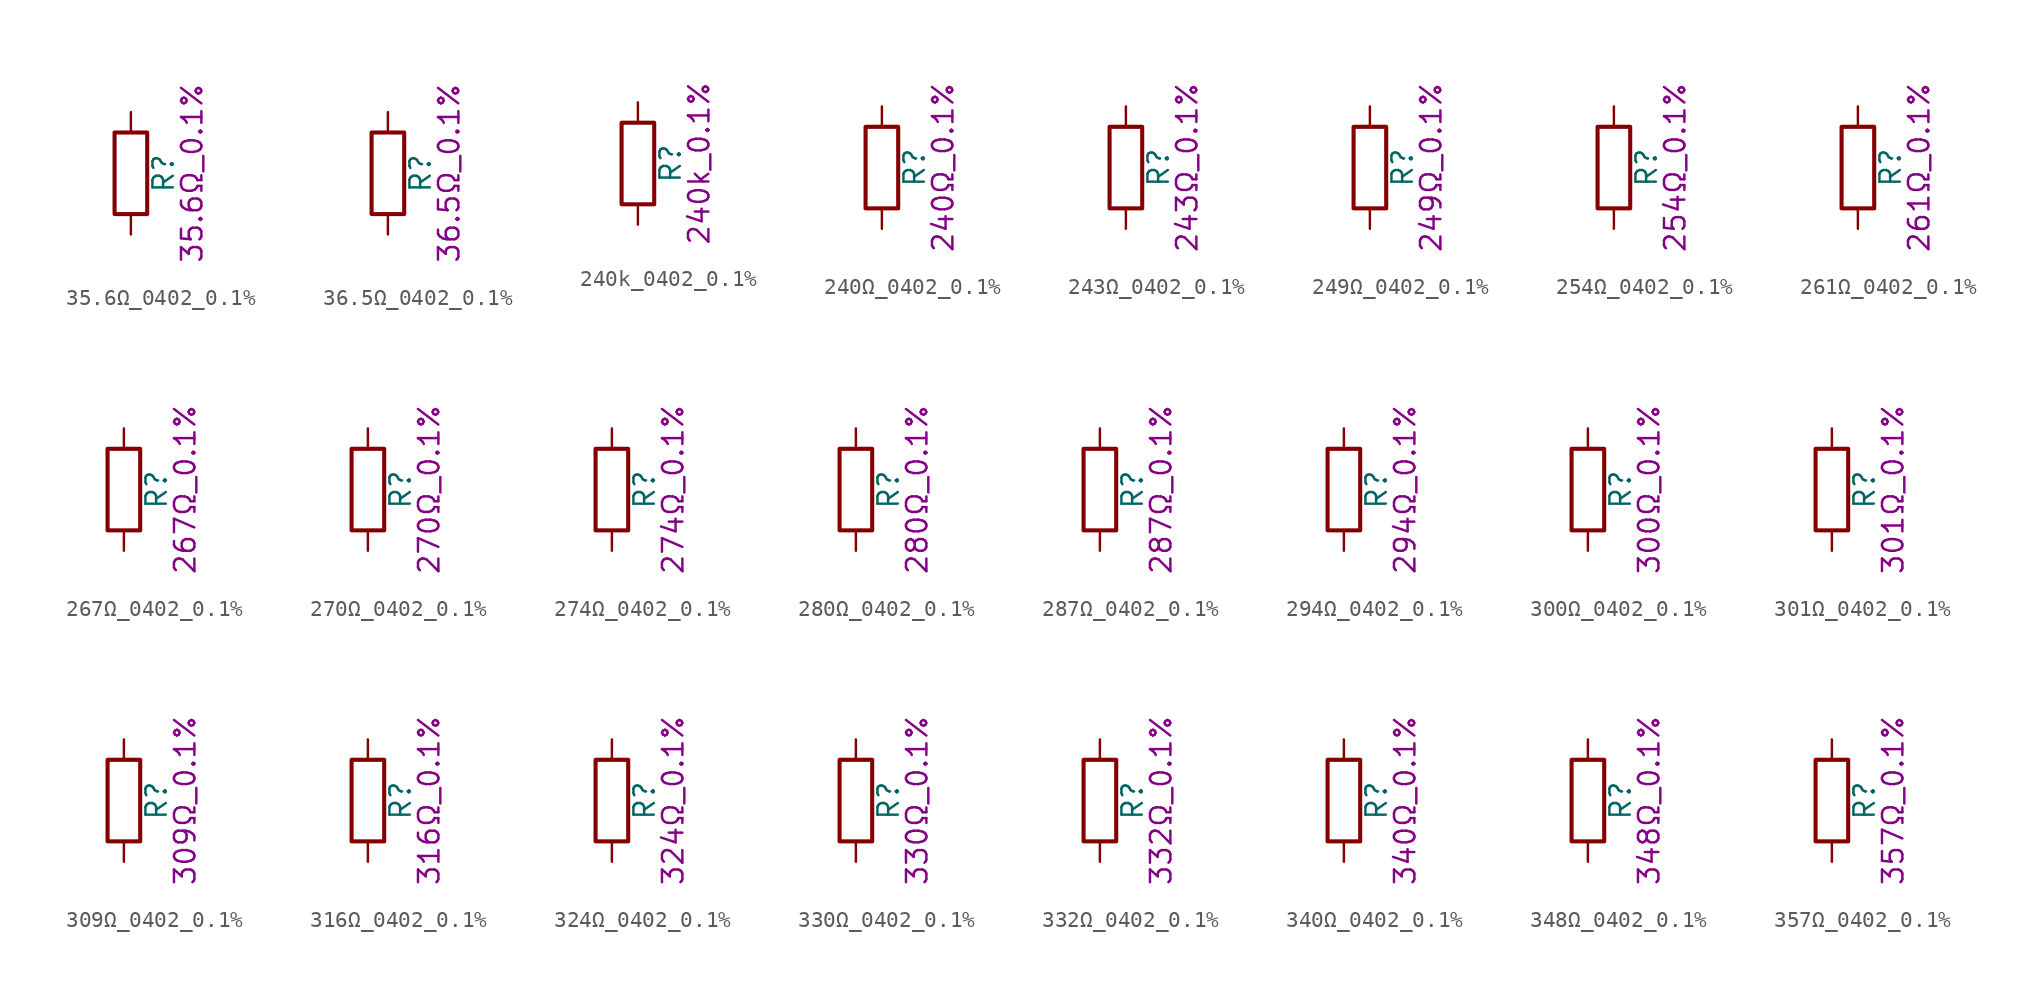
<source format=kicad_sym>
(kicad_symbol_lib
  (version 20211014)
  (generator kicad_symbol_editor)
  (symbol "35.6Ω_0402_0.1%"
    (pin_numbers hide)
    (pin_names
      (offset 0))
    (property "Reference" "R"
      (at 2.032 0 90)
      (effects (font (size 1.27 1.27))))
    (property "Display" "35.6Ω_0.1%"
      (at 3.81 0 90)
      (effects (font (size 1.27 1.27))))
    (symbol "35.6Ω_0402_0.1%_0_1"
      (rectangle (start -1.016 -2.54) (end 1.016 2.54) (stroke (width 0.254) (type default) (color 0 0 0 0)) (fill (type none))))
    (symbol "35.6Ω_0402_0.1%_1_1"
      (pin passive line (at 0 3.81 270) (length 1.27) (name "~" (effects (font (size 1.27 1.27)))) (number "1" (effects (font (size 1.27 1.27)))))
      (pin passive line (at 0 -3.81 90) (length 1.27) (name "~" (effects (font (size 1.27 1.27)))) (number "2" (effects (font (size 1.27 1.27)))))))
  (symbol "36.5Ω_0402_0.1%"
    (pin_numbers hide)
    (pin_names
      (offset 0))
    (property "Reference" "R"
      (at 2.032 0 90)
      (effects (font (size 1.27 1.27))))
    (property "Display" "36.5Ω_0.1%"
      (at 3.81 0 90)
      (effects (font (size 1.27 1.27))))
    (symbol "36.5Ω_0402_0.1%_0_1"
      (rectangle (start -1.016 -2.54) (end 1.016 2.54) (stroke (width 0.254) (type default) (color 0 0 0 0)) (fill (type none))))
    (symbol "36.5Ω_0402_0.1%_1_1"
      (pin passive line (at 0 3.81 270) (length 1.27) (name "~" (effects (font (size 1.27 1.27)))) (number "1" (effects (font (size 1.27 1.27)))))
      (pin passive line (at 0 -3.81 90) (length 1.27) (name "~" (effects (font (size 1.27 1.27)))) (number "2" (effects (font (size 1.27 1.27)))))))
  (symbol "240k_0402_0.1%"
    (pin_numbers hide)
    (pin_names
      (offset 0))
    (property "Reference" "R"
      (at 2.032 0 90)
      (effects (font (size 1.27 1.27))))
    (property "Display" "240k_0.1%"
      (at 3.81 0 90)
      (effects (font (size 1.27 1.27))))
    (symbol "240k_0402_0.1%_0_1"
      (rectangle (start -1.016 -2.54) (end 1.016 2.54) (stroke (width 0.254) (type default) (color 0 0 0 0)) (fill (type none))))
    (symbol "240k_0402_0.1%_1_1"
      (pin passive line (at 0 3.81 270) (length 1.27) (name "~" (effects (font (size 1.27 1.27)))) (number "1" (effects (font (size 1.27 1.27)))))
      (pin passive line (at 0 -3.81 90) (length 1.27) (name "~" (effects (font (size 1.27 1.27)))) (number "2" (effects (font (size 1.27 1.27)))))))
  (symbol "240Ω_0402_0.1%"
    (pin_numbers hide)
    (pin_names
      (offset 0))
    (property "Reference" "R"
      (at 2.032 0 90)
      (effects (font (size 1.27 1.27))))
    (property "Display" "240Ω_0.1%"
      (at 3.81 0 90)
      (effects (font (size 1.27 1.27))))
    (symbol "240Ω_0402_0.1%_0_1"
      (rectangle (start -1.016 -2.54) (end 1.016 2.54) (stroke (width 0.254) (type default) (color 0 0 0 0)) (fill (type none))))
    (symbol "240Ω_0402_0.1%_1_1"
      (pin passive line (at 0 3.81 270) (length 1.27) (name "~" (effects (font (size 1.27 1.27)))) (number "1" (effects (font (size 1.27 1.27)))))
      (pin passive line (at 0 -3.81 90) (length 1.27) (name "~" (effects (font (size 1.27 1.27)))) (number "2" (effects (font (size 1.27 1.27)))))))
  (symbol "243Ω_0402_0.1%"
    (pin_numbers hide)
    (pin_names
      (offset 0))
    (property "Reference" "R"
      (at 2.032 0 90)
      (effects (font (size 1.27 1.27))))
    (property "Display" "243Ω_0.1%"
      (at 3.81 0 90)
      (effects (font (size 1.27 1.27))))
    (symbol "243Ω_0402_0.1%_0_1"
      (rectangle (start -1.016 -2.54) (end 1.016 2.54) (stroke (width 0.254) (type default) (color 0 0 0 0)) (fill (type none))))
    (symbol "243Ω_0402_0.1%_1_1"
      (pin passive line (at 0 3.81 270) (length 1.27) (name "~" (effects (font (size 1.27 1.27)))) (number "1" (effects (font (size 1.27 1.27)))))
      (pin passive line (at 0 -3.81 90) (length 1.27) (name "~" (effects (font (size 1.27 1.27)))) (number "2" (effects (font (size 1.27 1.27)))))))
  (symbol "249Ω_0402_0.1%"
    (pin_numbers hide)
    (pin_names
      (offset 0))
    (property "Reference" "R"
      (at 2.032 0 90)
      (effects (font (size 1.27 1.27))))
    (property "Display" "249Ω_0.1%"
      (at 3.81 0 90)
      (effects (font (size 1.27 1.27))))
    (symbol "249Ω_0402_0.1%_0_1"
      (rectangle (start -1.016 -2.54) (end 1.016 2.54) (stroke (width 0.254) (type default) (color 0 0 0 0)) (fill (type none))))
    (symbol "249Ω_0402_0.1%_1_1"
      (pin passive line (at 0 3.81 270) (length 1.27) (name "~" (effects (font (size 1.27 1.27)))) (number "1" (effects (font (size 1.27 1.27)))))
      (pin passive line (at 0 -3.81 90) (length 1.27) (name "~" (effects (font (size 1.27 1.27)))) (number "2" (effects (font (size 1.27 1.27)))))))
  (symbol "254Ω_0402_0.1%"
    (pin_numbers hide)
    (pin_names
      (offset 0))
    (property "Reference" "R"
      (at 2.032 0 90)
      (effects (font (size 1.27 1.27))))
    (property "Display" "254Ω_0.1%"
      (at 3.81 0 90)
      (effects (font (size 1.27 1.27))))
    (symbol "254Ω_0402_0.1%_0_1"
      (rectangle (start -1.016 -2.54) (end 1.016 2.54) (stroke (width 0.254) (type default) (color 0 0 0 0)) (fill (type none))))
    (symbol "254Ω_0402_0.1%_1_1"
      (pin passive line (at 0 3.81 270) (length 1.27) (name "~" (effects (font (size 1.27 1.27)))) (number "1" (effects (font (size 1.27 1.27)))))
      (pin passive line (at 0 -3.81 90) (length 1.27) (name "~" (effects (font (size 1.27 1.27)))) (number "2" (effects (font (size 1.27 1.27)))))))
  (symbol "261Ω_0402_0.1%"
    (pin_numbers hide)
    (pin_names
      (offset 0))
    (property "Reference" "R"
      (at 2.032 0 90)
      (effects (font (size 1.27 1.27))))
    (property "Display" "261Ω_0.1%"
      (at 3.81 0 90)
      (effects (font (size 1.27 1.27))))
    (symbol "261Ω_0402_0.1%_0_1"
      (rectangle (start -1.016 -2.54) (end 1.016 2.54) (stroke (width 0.254) (type default) (color 0 0 0 0)) (fill (type none))))
    (symbol "261Ω_0402_0.1%_1_1"
      (pin passive line (at 0 3.81 270) (length 1.27) (name "~" (effects (font (size 1.27 1.27)))) (number "1" (effects (font (size 1.27 1.27)))))
      (pin passive line (at 0 -3.81 90) (length 1.27) (name "~" (effects (font (size 1.27 1.27)))) (number "2" (effects (font (size 1.27 1.27)))))))
  (symbol "267Ω_0402_0.1%"
    (pin_numbers hide)
    (pin_names
      (offset 0))
    (property "Reference" "R"
      (at 2.032 0 90)
      (effects (font (size 1.27 1.27))))
    (property "Display" "267Ω_0.1%"
      (at 3.81 0 90)
      (effects (font (size 1.27 1.27))))
    (symbol "267Ω_0402_0.1%_0_1"
      (rectangle (start -1.016 -2.54) (end 1.016 2.54) (stroke (width 0.254) (type default) (color 0 0 0 0)) (fill (type none))))
    (symbol "267Ω_0402_0.1%_1_1"
      (pin passive line (at 0 3.81 270) (length 1.27) (name "~" (effects (font (size 1.27 1.27)))) (number "1" (effects (font (size 1.27 1.27)))))
      (pin passive line (at 0 -3.81 90) (length 1.27) (name "~" (effects (font (size 1.27 1.27)))) (number "2" (effects (font (size 1.27 1.27)))))))
  (symbol "270Ω_0402_0.1%"
    (pin_numbers hide)
    (pin_names
      (offset 0))
    (property "Reference" "R"
      (at 2.032 0 90)
      (effects (font (size 1.27 1.27))))
    (property "Display" "270Ω_0.1%"
      (at 3.81 0 90)
      (effects (font (size 1.27 1.27))))
    (symbol "270Ω_0402_0.1%_0_1"
      (rectangle (start -1.016 -2.54) (end 1.016 2.54) (stroke (width 0.254) (type default) (color 0 0 0 0)) (fill (type none))))
    (symbol "270Ω_0402_0.1%_1_1"
      (pin passive line (at 0 3.81 270) (length 1.27) (name "~" (effects (font (size 1.27 1.27)))) (number "1" (effects (font (size 1.27 1.27)))))
      (pin passive line (at 0 -3.81 90) (length 1.27) (name "~" (effects (font (size 1.27 1.27)))) (number "2" (effects (font (size 1.27 1.27)))))))
  (symbol "274Ω_0402_0.1%"
    (pin_numbers hide)
    (pin_names
      (offset 0))
    (property "Reference" "R"
      (at 2.032 0 90)
      (effects (font (size 1.27 1.27))))
    (property "Display" "274Ω_0.1%"
      (at 3.81 0 90)
      (effects (font (size 1.27 1.27))))
    (symbol "274Ω_0402_0.1%_0_1"
      (rectangle (start -1.016 -2.54) (end 1.016 2.54) (stroke (width 0.254) (type default) (color 0 0 0 0)) (fill (type none))))
    (symbol "274Ω_0402_0.1%_1_1"
      (pin passive line (at 0 3.81 270) (length 1.27) (name "~" (effects (font (size 1.27 1.27)))) (number "1" (effects (font (size 1.27 1.27)))))
      (pin passive line (at 0 -3.81 90) (length 1.27) (name "~" (effects (font (size 1.27 1.27)))) (number "2" (effects (font (size 1.27 1.27)))))))
  (symbol "280Ω_0402_0.1%"
    (pin_numbers hide)
    (pin_names
      (offset 0))
    (property "Reference" "R"
      (at 2.032 0 90)
      (effects (font (size 1.27 1.27))))
    (property "Display" "280Ω_0.1%"
      (at 3.81 0 90)
      (effects (font (size 1.27 1.27))))
    (symbol "280Ω_0402_0.1%_0_1"
      (rectangle (start -1.016 -2.54) (end 1.016 2.54) (stroke (width 0.254) (type default) (color 0 0 0 0)) (fill (type none))))
    (symbol "280Ω_0402_0.1%_1_1"
      (pin passive line (at 0 3.81 270) (length 1.27) (name "~" (effects (font (size 1.27 1.27)))) (number "1" (effects (font (size 1.27 1.27)))))
      (pin passive line (at 0 -3.81 90) (length 1.27) (name "~" (effects (font (size 1.27 1.27)))) (number "2" (effects (font (size 1.27 1.27)))))))
  (symbol "287Ω_0402_0.1%"
    (pin_numbers hide)
    (pin_names
      (offset 0))
    (property "Reference" "R"
      (at 2.032 0 90)
      (effects (font (size 1.27 1.27))))
    (property "Display" "287Ω_0.1%"
      (at 3.81 0 90)
      (effects (font (size 1.27 1.27))))
    (symbol "287Ω_0402_0.1%_0_1"
      (rectangle (start -1.016 -2.54) (end 1.016 2.54) (stroke (width 0.254) (type default) (color 0 0 0 0)) (fill (type none))))
    (symbol "287Ω_0402_0.1%_1_1"
      (pin passive line (at 0 3.81 270) (length 1.27) (name "~" (effects (font (size 1.27 1.27)))) (number "1" (effects (font (size 1.27 1.27)))))
      (pin passive line (at 0 -3.81 90) (length 1.27) (name "~" (effects (font (size 1.27 1.27)))) (number "2" (effects (font (size 1.27 1.27)))))))
  (symbol "294Ω_0402_0.1%"
    (pin_numbers hide)
    (pin_names
      (offset 0))
    (property "Reference" "R"
      (at 2.032 0 90)
      (effects (font (size 1.27 1.27))))
    (property "Display" "294Ω_0.1%"
      (at 3.81 0 90)
      (effects (font (size 1.27 1.27))))
    (symbol "294Ω_0402_0.1%_0_1"
      (rectangle (start -1.016 -2.54) (end 1.016 2.54) (stroke (width 0.254) (type default) (color 0 0 0 0)) (fill (type none))))
    (symbol "294Ω_0402_0.1%_1_1"
      (pin passive line (at 0 3.81 270) (length 1.27) (name "~" (effects (font (size 1.27 1.27)))) (number "1" (effects (font (size 1.27 1.27)))))
      (pin passive line (at 0 -3.81 90) (length 1.27) (name "~" (effects (font (size 1.27 1.27)))) (number "2" (effects (font (size 1.27 1.27)))))))
  (symbol "300Ω_0402_0.1%"
    (pin_numbers hide)
    (pin_names
      (offset 0))
    (property "Reference" "R"
      (at 2.032 0 90)
      (effects (font (size 1.27 1.27))))
    (property "Display" "300Ω_0.1%"
      (at 3.81 0 90)
      (effects (font (size 1.27 1.27))))
    (symbol "300Ω_0402_0.1%_0_1"
      (rectangle (start -1.016 -2.54) (end 1.016 2.54) (stroke (width 0.254) (type default) (color 0 0 0 0)) (fill (type none))))
    (symbol "300Ω_0402_0.1%_1_1"
      (pin passive line (at 0 3.81 270) (length 1.27) (name "~" (effects (font (size 1.27 1.27)))) (number "1" (effects (font (size 1.27 1.27)))))
      (pin passive line (at 0 -3.81 90) (length 1.27) (name "~" (effects (font (size 1.27 1.27)))) (number "2" (effects (font (size 1.27 1.27)))))))
  (symbol "301Ω_0402_0.1%"
    (pin_numbers hide)
    (pin_names
      (offset 0))
    (property "Reference" "R"
      (at 2.032 0 90)
      (effects (font (size 1.27 1.27))))
    (property "Display" "301Ω_0.1%"
      (at 3.81 0 90)
      (effects (font (size 1.27 1.27))))
    (symbol "301Ω_0402_0.1%_0_1"
      (rectangle (start -1.016 -2.54) (end 1.016 2.54) (stroke (width 0.254) (type default) (color 0 0 0 0)) (fill (type none))))
    (symbol "301Ω_0402_0.1%_1_1"
      (pin passive line (at 0 3.81 270) (length 1.27) (name "~" (effects (font (size 1.27 1.27)))) (number "1" (effects (font (size 1.27 1.27)))))
      (pin passive line (at 0 -3.81 90) (length 1.27) (name "~" (effects (font (size 1.27 1.27)))) (number "2" (effects (font (size 1.27 1.27)))))))
  (symbol "309Ω_0402_0.1%"
    (pin_numbers hide)
    (pin_names
      (offset 0))
    (property "Reference" "R"
      (at 2.032 0 90)
      (effects (font (size 1.27 1.27))))
    (property "Display" "309Ω_0.1%"
      (at 3.81 0 90)
      (effects (font (size 1.27 1.27))))
    (symbol "309Ω_0402_0.1%_0_1"
      (rectangle (start -1.016 -2.54) (end 1.016 2.54) (stroke (width 0.254) (type default) (color 0 0 0 0)) (fill (type none))))
    (symbol "309Ω_0402_0.1%_1_1"
      (pin passive line (at 0 3.81 270) (length 1.27) (name "~" (effects (font (size 1.27 1.27)))) (number "1" (effects (font (size 1.27 1.27)))))
      (pin passive line (at 0 -3.81 90) (length 1.27) (name "~" (effects (font (size 1.27 1.27)))) (number "2" (effects (font (size 1.27 1.27)))))))
  (symbol "316Ω_0402_0.1%"
    (pin_numbers hide)
    (pin_names
      (offset 0))
    (property "Reference" "R"
      (at 2.032 0 90)
      (effects (font (size 1.27 1.27))))
    (property "Display" "316Ω_0.1%"
      (at 3.81 0 90)
      (effects (font (size 1.27 1.27))))
    (symbol "316Ω_0402_0.1%_0_1"
      (rectangle (start -1.016 -2.54) (end 1.016 2.54) (stroke (width 0.254) (type default) (color 0 0 0 0)) (fill (type none))))
    (symbol "316Ω_0402_0.1%_1_1"
      (pin passive line (at 0 3.81 270) (length 1.27) (name "~" (effects (font (size 1.27 1.27)))) (number "1" (effects (font (size 1.27 1.27)))))
      (pin passive line (at 0 -3.81 90) (length 1.27) (name "~" (effects (font (size 1.27 1.27)))) (number "2" (effects (font (size 1.27 1.27)))))))
  (symbol "324Ω_0402_0.1%"
    (pin_numbers hide)
    (pin_names
      (offset 0))
    (property "Reference" "R"
      (at 2.032 0 90)
      (effects (font (size 1.27 1.27))))
    (property "Display" "324Ω_0.1%"
      (at 3.81 0 90)
      (effects (font (size 1.27 1.27))))
    (symbol "324Ω_0402_0.1%_0_1"
      (rectangle (start -1.016 -2.54) (end 1.016 2.54) (stroke (width 0.254) (type default) (color 0 0 0 0)) (fill (type none))))
    (symbol "324Ω_0402_0.1%_1_1"
      (pin passive line (at 0 3.81 270) (length 1.27) (name "~" (effects (font (size 1.27 1.27)))) (number "1" (effects (font (size 1.27 1.27)))))
      (pin passive line (at 0 -3.81 90) (length 1.27) (name "~" (effects (font (size 1.27 1.27)))) (number "2" (effects (font (size 1.27 1.27)))))))
  (symbol "330Ω_0402_0.1%"
    (pin_numbers hide)
    (pin_names
      (offset 0))
    (property "Reference" "R"
      (at 2.032 0 90)
      (effects (font (size 1.27 1.27))))
    (property "Display" "330Ω_0.1%"
      (at 3.81 0 90)
      (effects (font (size 1.27 1.27))))
    (symbol "330Ω_0402_0.1%_0_1"
      (rectangle (start -1.016 -2.54) (end 1.016 2.54) (stroke (width 0.254) (type default) (color 0 0 0 0)) (fill (type none))))
    (symbol "330Ω_0402_0.1%_1_1"
      (pin passive line (at 0 3.81 270) (length 1.27) (name "~" (effects (font (size 1.27 1.27)))) (number "1" (effects (font (size 1.27 1.27)))))
      (pin passive line (at 0 -3.81 90) (length 1.27) (name "~" (effects (font (size 1.27 1.27)))) (number "2" (effects (font (size 1.27 1.27)))))))
  (symbol "332Ω_0402_0.1%"
    (pin_numbers hide)
    (pin_names
      (offset 0))
    (property "Reference" "R"
      (at 2.032 0 90)
      (effects (font (size 1.27 1.27))))
    (property "Display" "332Ω_0.1%"
      (at 3.81 0 90)
      (effects (font (size 1.27 1.27))))
    (symbol "332Ω_0402_0.1%_0_1"
      (rectangle (start -1.016 -2.54) (end 1.016 2.54) (stroke (width 0.254) (type default) (color 0 0 0 0)) (fill (type none))))
    (symbol "332Ω_0402_0.1%_1_1"
      (pin passive line (at 0 3.81 270) (length 1.27) (name "~" (effects (font (size 1.27 1.27)))) (number "1" (effects (font (size 1.27 1.27)))))
      (pin passive line (at 0 -3.81 90) (length 1.27) (name "~" (effects (font (size 1.27 1.27)))) (number "2" (effects (font (size 1.27 1.27)))))))
  (symbol "340Ω_0402_0.1%"
    (pin_numbers hide)
    (pin_names
      (offset 0))
    (property "Reference" "R"
      (at 2.032 0 90)
      (effects (font (size 1.27 1.27))))
    (property "Display" "340Ω_0.1%"
      (at 3.81 0 90)
      (effects (font (size 1.27 1.27))))
    (symbol "340Ω_0402_0.1%_0_1"
      (rectangle (start -1.016 -2.54) (end 1.016 2.54) (stroke (width 0.254) (type default) (color 0 0 0 0)) (fill (type none))))
    (symbol "340Ω_0402_0.1%_1_1"
      (pin passive line (at 0 3.81 270) (length 1.27) (name "~" (effects (font (size 1.27 1.27)))) (number "1" (effects (font (size 1.27 1.27)))))
      (pin passive line (at 0 -3.81 90) (length 1.27) (name "~" (effects (font (size 1.27 1.27)))) (number "2" (effects (font (size 1.27 1.27)))))))
  (symbol "348Ω_0402_0.1%"
    (pin_numbers hide)
    (pin_names
      (offset 0))
    (property "Reference" "R"
      (at 2.032 0 90)
      (effects (font (size 1.27 1.27))))
    (property "Display" "348Ω_0.1%"
      (at 3.81 0 90)
      (effects (font (size 1.27 1.27))))
    (symbol "348Ω_0402_0.1%_0_1"
      (rectangle (start -1.016 -2.54) (end 1.016 2.54) (stroke (width 0.254) (type default) (color 0 0 0 0)) (fill (type none))))
    (symbol "348Ω_0402_0.1%_1_1"
      (pin passive line (at 0 3.81 270) (length 1.27) (name "~" (effects (font (size 1.27 1.27)))) (number "1" (effects (font (size 1.27 1.27)))))
      (pin passive line (at 0 -3.81 90) (length 1.27) (name "~" (effects (font (size 1.27 1.27)))) (number "2" (effects (font (size 1.27 1.27)))))))
  (symbol "357Ω_0402_0.1%"
    (pin_numbers hide)
    (pin_names
      (offset 0))
    (property "Reference" "R"
      (at 2.032 0 90)
      (effects (font (size 1.27 1.27))))
    (property "Display" "357Ω_0.1%"
      (at 3.81 0 90)
      (effects (font (size 1.27 1.27))))
    (symbol "357Ω_0402_0.1%_0_1"
      (rectangle (start -1.016 -2.54) (end 1.016 2.54) (stroke (width 0.254) (type default) (color 0 0 0 0)) (fill (type none))))
    (symbol "357Ω_0402_0.1%_1_1"
      (pin passive line (at 0 3.81 270) (length 1.27) (name "~" (effects (font (size 1.27 1.27)))) (number "1" (effects (font (size 1.27 1.27)))))
      (pin passive line (at 0 -3.81 90) (length 1.27) (name "~" (effects (font (size 1.27 1.27)))) (number "2" (effects (font (size 1.27 1.27))))))))
</source>
